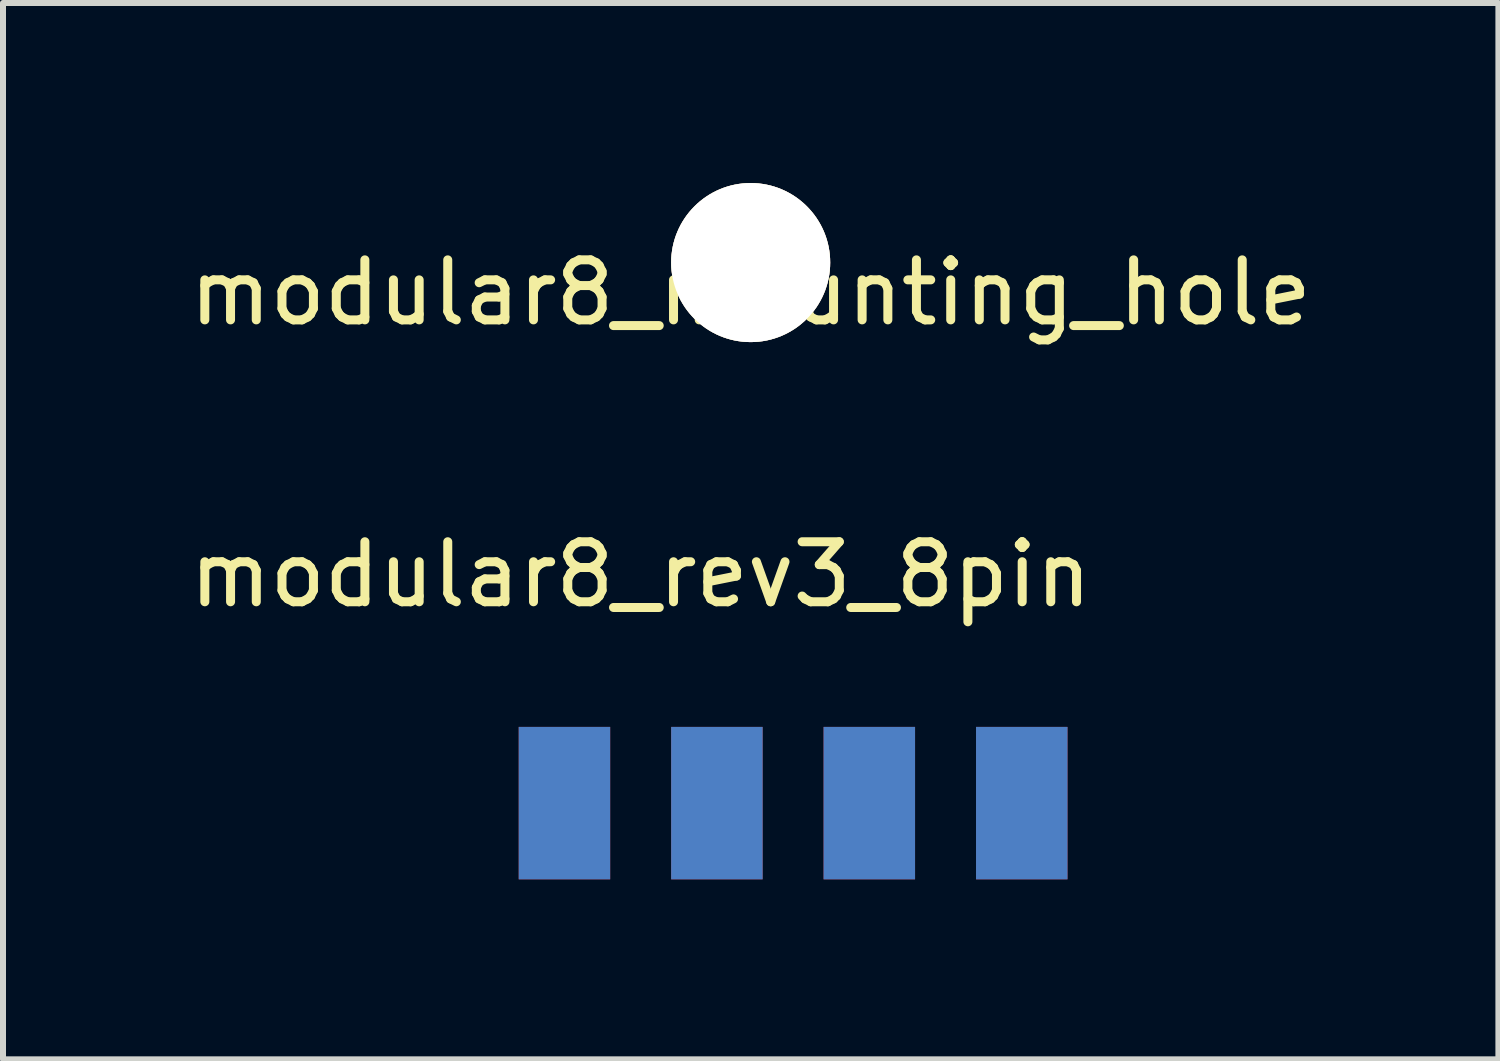
<source format=kicad_pcb>
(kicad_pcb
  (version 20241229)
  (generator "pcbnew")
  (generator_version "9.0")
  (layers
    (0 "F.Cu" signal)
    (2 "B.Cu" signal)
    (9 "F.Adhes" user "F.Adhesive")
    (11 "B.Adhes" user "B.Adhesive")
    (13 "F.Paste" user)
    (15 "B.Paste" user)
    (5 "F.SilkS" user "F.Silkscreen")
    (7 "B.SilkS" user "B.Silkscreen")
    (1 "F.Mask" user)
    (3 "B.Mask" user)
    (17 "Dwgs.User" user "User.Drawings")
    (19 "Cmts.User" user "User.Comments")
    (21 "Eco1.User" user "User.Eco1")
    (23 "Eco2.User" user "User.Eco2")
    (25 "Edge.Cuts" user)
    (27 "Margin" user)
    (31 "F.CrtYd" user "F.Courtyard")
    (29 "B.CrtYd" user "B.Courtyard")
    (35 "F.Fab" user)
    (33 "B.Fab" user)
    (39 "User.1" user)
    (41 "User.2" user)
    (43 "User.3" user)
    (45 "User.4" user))
  (footprint "modular8_rev3_8pin"
    (layer "F.Cu")
    (at 11.435 10.332)
    (property "Reference" "modular8_rev3_8pin" (at -3.81 -3.81 0) (layer "F.SilkS") (effects (font (size 1 1) (thickness 0.15))))
    (attr through_hole)
    (pad "1" smd rect (at -5.08 0) (size 1.524 2.54) (layers "F.Cu" "F.Mask" "F.Paste"))
    (pad "2" smd rect (at -5.08 0) (size 1.524 2.54) (layers "F.Mask" "B.Cu" "F.Paste"))
    (pad "3" smd rect (at -2.54 0) (size 1.524 2.54) (layers "F.Cu" "F.Mask" "F.Paste"))
    (pad "4" smd rect (at -2.54 0) (size 1.524 2.54) (layers "F.Mask" "B.Cu" "F.Paste"))
    (pad "5" smd rect (at 0 0) (size 1.524 2.54) (layers "F.Cu" "F.Mask" "F.Paste"))
    (pad "6" smd rect (at 0 0) (size 1.524 2.54) (layers "F.Mask" "B.Cu" "F.Paste"))
    (pad "7" smd rect (at 2.54 0) (size 1.524 2.54) (layers "F.Cu" "F.Mask" "F.Paste"))
    (pad "8" smd rect (at 2.54 0) (size 1.524 2.54) (layers "F.Mask" "B.Cu" "F.Paste")))
  (footprint "modular8_mounting_hole"
    (layer "F.Cu")
    (at 9.458 1.325)
    (property "Reference" "modular8_mounting_hole" (at 0 0.5 0) (layer "F.SilkS") (effects (font (size 1 1) (thickness 0.15))))
    (attr through_hole)
    (pad "1" thru_hole circle (at 0 0) (size 2.65 2.65) (drill 2.65) (layers "*.Cu" "*.Mask" "F.SilkS")))
  (gr_rect
    (start -3 -3)
    (end 21.917 14.601)
    (stroke (width 0.1) (type default))
    (fill no)
    (layer "Edge.Cuts")))
</source>
